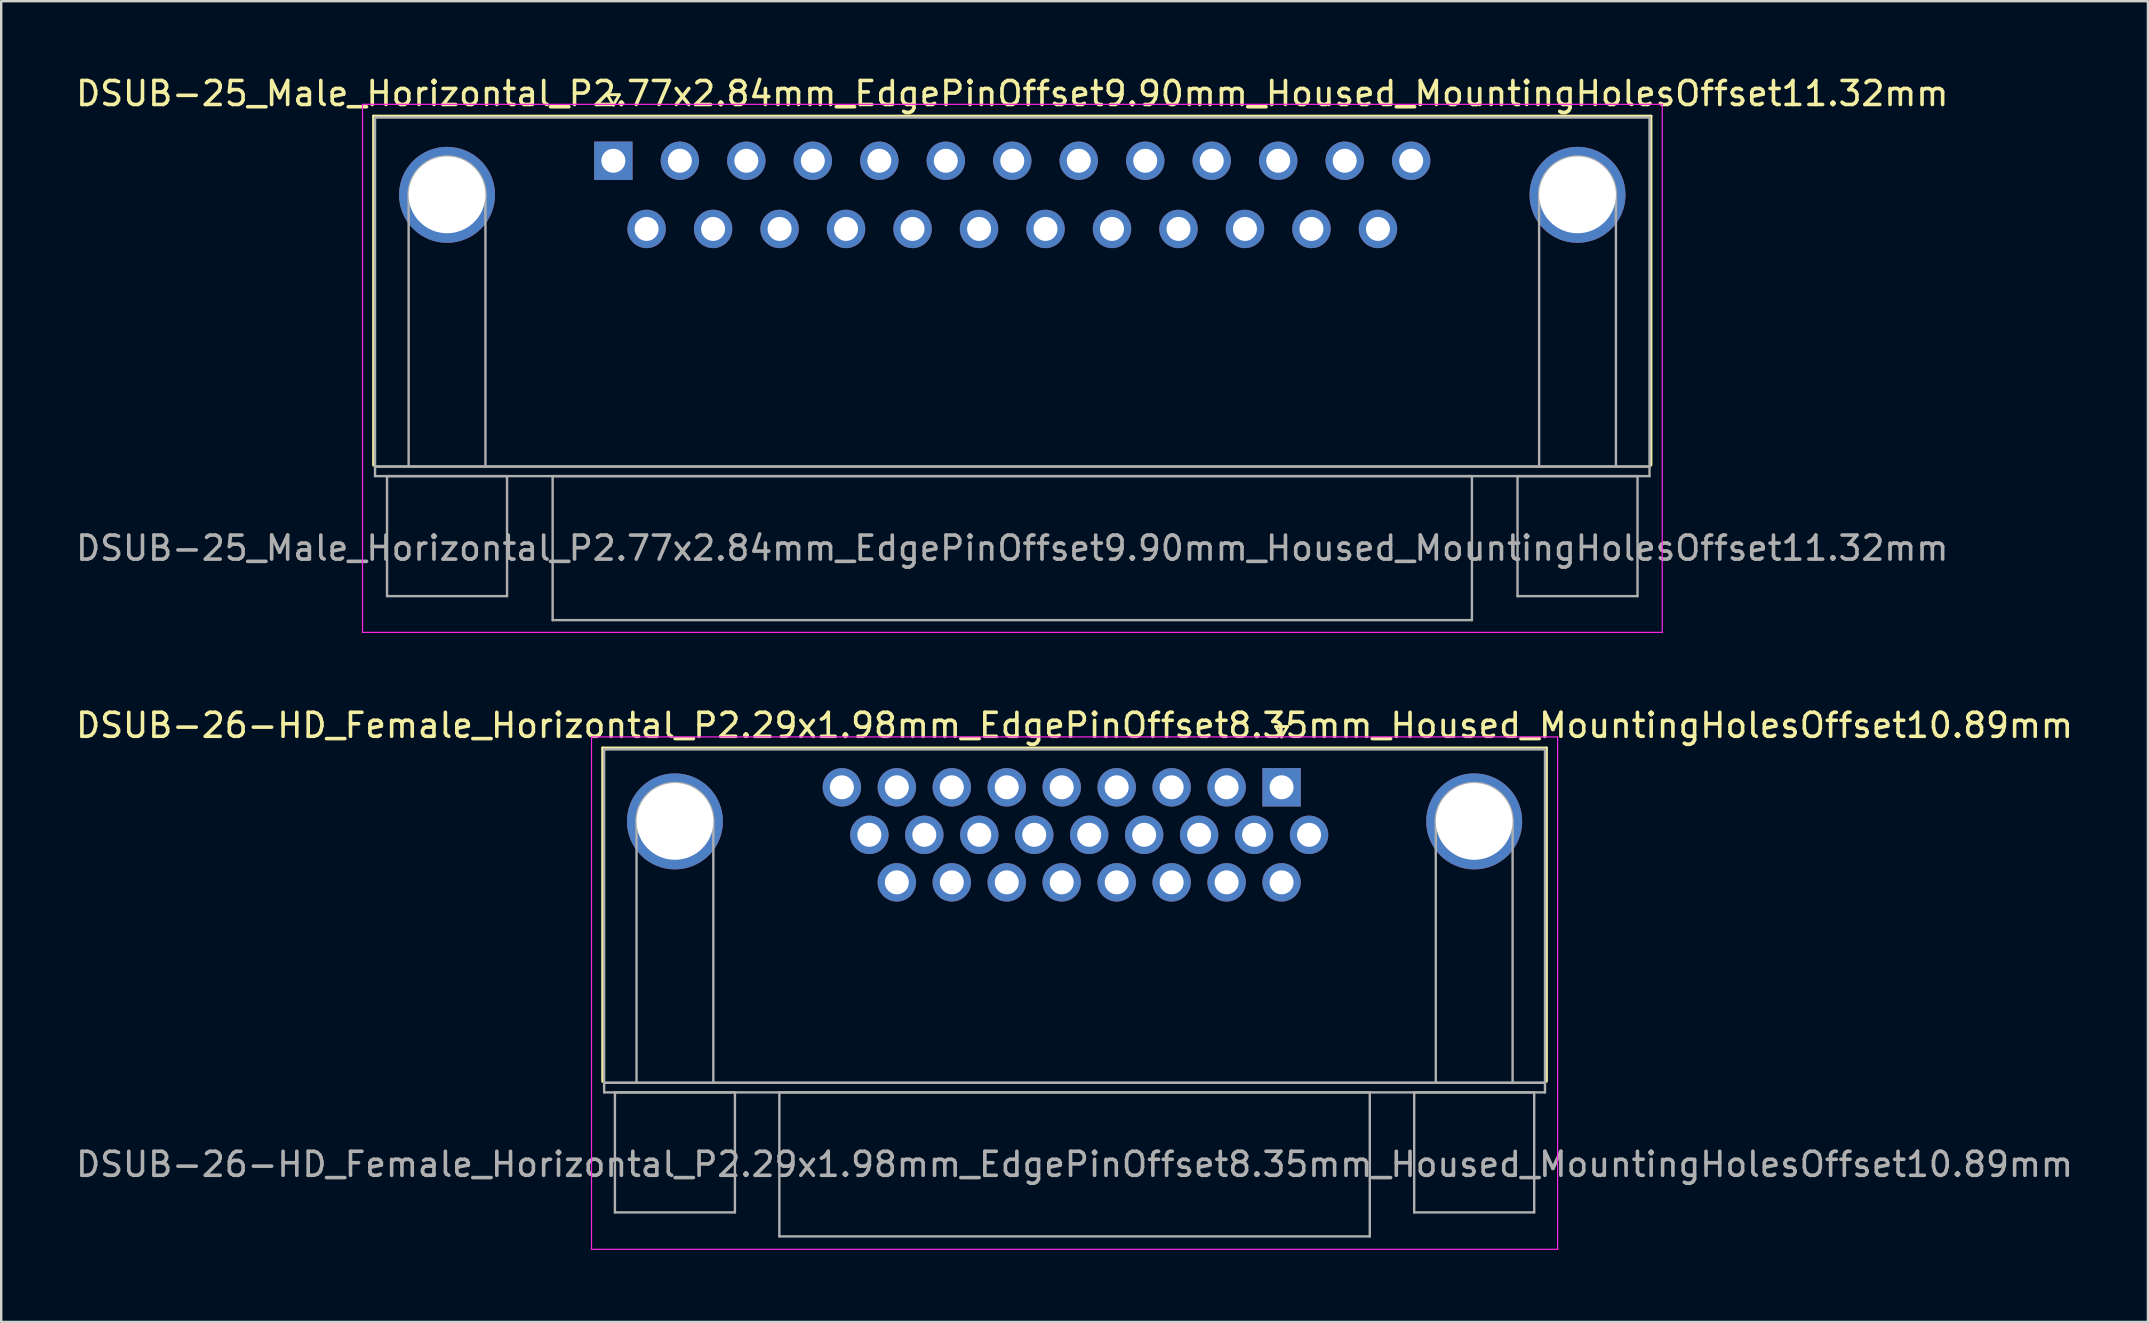
<source format=kicad_pcb>
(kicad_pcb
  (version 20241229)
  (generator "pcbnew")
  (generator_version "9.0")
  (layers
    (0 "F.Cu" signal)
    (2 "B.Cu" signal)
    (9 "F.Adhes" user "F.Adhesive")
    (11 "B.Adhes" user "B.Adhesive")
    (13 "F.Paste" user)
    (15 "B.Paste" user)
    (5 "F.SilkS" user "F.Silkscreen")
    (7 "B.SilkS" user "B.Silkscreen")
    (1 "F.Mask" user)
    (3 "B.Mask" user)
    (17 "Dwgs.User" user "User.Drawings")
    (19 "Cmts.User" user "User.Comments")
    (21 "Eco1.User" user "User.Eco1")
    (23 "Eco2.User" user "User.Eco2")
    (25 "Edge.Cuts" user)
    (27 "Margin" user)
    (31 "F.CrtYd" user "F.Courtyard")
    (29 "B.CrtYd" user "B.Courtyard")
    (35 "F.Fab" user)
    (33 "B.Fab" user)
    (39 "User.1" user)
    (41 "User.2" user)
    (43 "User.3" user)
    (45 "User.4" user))
  (footprint "DSUB-25_Male_Horizontal_P2.77x2.84mm_EdgePinOffset9.90mm_Housed_MountingHolesOffset11.32mm"
    (layer "F.Cu")
    (at 22.505 3.648)
    (property "Reference" "DSUB-25_Male_Horizontal_P2.77x2.84mm_EdgePinOffset9.90mm_Housed_MountingHolesOffset11.32mm" (at 16.62 -2.8 0) (layer "F.SilkS") (effects (font (size 1 1) (thickness 0.15))))
    (attr through_hole)
    (fp_line (start -9.99 -1.86) (end 43.23 -1.86) (stroke (width 0.12) (type solid)) (layer "F.SilkS"))
    (fp_line (start -9.99 12.68) (end -9.99 -1.86) (stroke (width 0.12) (type solid)) (layer "F.SilkS"))
    (fp_line (start -0.25 -2.754) (end 0.25 -2.754) (stroke (width 0.12) (type solid)) (layer "F.SilkS"))
    (fp_line (start 0 -2.321) (end -0.25 -2.754) (stroke (width 0.12) (type solid)) (layer "F.SilkS"))
    (fp_line (start 0.25 -2.754) (end 0 -2.321) (stroke (width 0.12) (type solid)) (layer "F.SilkS"))
    (fp_line (start 43.23 -1.86) (end 43.23 12.68) (stroke (width 0.12) (type solid)) (layer "F.SilkS"))
    (fp_line (start -10.45 -2.35) (end -10.45 19.65) (stroke (width 0.05) (type solid)) (layer "F.CrtYd"))
    (fp_line (start -10.45 19.65) (end 43.7 19.65) (stroke (width 0.05) (type solid)) (layer "F.CrtYd"))
    (fp_line (start 43.7 -2.35) (end -10.45 -2.35) (stroke (width 0.05) (type solid)) (layer "F.CrtYd"))
    (fp_line (start 43.7 19.65) (end 43.7 -2.35) (stroke (width 0.05) (type solid)) (layer "F.CrtYd"))
    (fp_line (start -9.93 -1.8) (end -9.93 12.74) (stroke (width 0.1) (type solid)) (layer "F.Fab"))
    (fp_line (start -9.93 12.74) (end -9.93 13.14) (stroke (width 0.1) (type solid)) (layer "F.Fab"))
    (fp_line (start -9.93 12.74) (end 43.17 12.74) (stroke (width 0.1) (type solid)) (layer "F.Fab"))
    (fp_line (start -9.93 13.14) (end 43.17 13.14) (stroke (width 0.1) (type solid)) (layer "F.Fab"))
    (fp_line (start -9.43 13.14) (end -9.43 18.14) (stroke (width 0.1) (type solid)) (layer "F.Fab"))
    (fp_line (start -9.43 18.14) (end -4.43 18.14) (stroke (width 0.1) (type solid)) (layer "F.Fab"))
    (fp_line (start -8.53 12.74) (end -8.53 1.42) (stroke (width 0.1) (type solid)) (layer "F.Fab"))
    (fp_line (start -5.33 12.74) (end -5.33 1.42) (stroke (width 0.1) (type solid)) (layer "F.Fab"))
    (fp_line (start -4.43 13.14) (end -9.43 13.14) (stroke (width 0.1) (type solid)) (layer "F.Fab"))
    (fp_line (start -4.43 18.14) (end -4.43 13.14) (stroke (width 0.1) (type solid)) (layer "F.Fab"))
    (fp_line (start -2.53 13.14) (end -2.53 19.14) (stroke (width 0.1) (type solid)) (layer "F.Fab"))
    (fp_line (start -2.53 19.14) (end 35.77 19.14) (stroke (width 0.1) (type solid)) (layer "F.Fab"))
    (fp_line (start 35.77 13.14) (end -2.53 13.14) (stroke (width 0.1) (type solid)) (layer "F.Fab"))
    (fp_line (start 35.77 19.14) (end 35.77 13.14) (stroke (width 0.1) (type solid)) (layer "F.Fab"))
    (fp_line (start 37.67 13.14) (end 37.67 18.14) (stroke (width 0.1) (type solid)) (layer "F.Fab"))
    (fp_line (start 37.67 18.14) (end 42.67 18.14) (stroke (width 0.1) (type solid)) (layer "F.Fab"))
    (fp_line (start 38.57 12.74) (end 38.57 1.42) (stroke (width 0.1) (type solid)) (layer "F.Fab"))
    (fp_line (start 41.77 12.74) (end 41.77 1.42) (stroke (width 0.1) (type solid)) (layer "F.Fab"))
    (fp_line (start 42.67 13.14) (end 37.67 13.14) (stroke (width 0.1) (type solid)) (layer "F.Fab"))
    (fp_line (start 42.67 18.14) (end 42.67 13.14) (stroke (width 0.1) (type solid)) (layer "F.Fab"))
    (fp_line (start 43.17 -1.8) (end -9.93 -1.8) (stroke (width 0.1) (type solid)) (layer "F.Fab"))
    (fp_line (start 43.17 12.74) (end -9.93 12.74) (stroke (width 0.1) (type solid)) (layer "F.Fab"))
    (fp_line (start 43.17 12.74) (end 43.17 -1.8) (stroke (width 0.1) (type solid)) (layer "F.Fab"))
    (fp_line (start 43.17 13.14) (end 43.17 12.74) (stroke (width 0.1) (type solid)) (layer "F.Fab"))
    (fp_arc (start -8.53 1.42) (mid -6.93 -0.18) (end -5.33 1.42) (stroke (width 0.1) (type solid)) (layer "F.Fab"))
    (fp_arc (start 38.57 1.42) (mid 40.17 -0.18) (end 41.77 1.42) (stroke (width 0.1) (type solid)) (layer "F.Fab"))
    (fp_text user "${REFERENCE}" (at 16.62 16.14 0) (layer "F.Fab") (effects (font (size 1 1) (thickness 0.15))))
    (pad "0" thru_hole circle (at -6.93 1.42) (size 4 4) (drill 3.2) (layers "*.Cu" "*.Mask"))
    (pad "0" thru_hole circle (at 40.17 1.42) (size 4 4) (drill 3.2) (layers "*.Cu" "*.Mask"))
    (pad "1" thru_hole rect (at 0 0) (size 1.6 1.6) (drill 1) (layers "*.Cu" "*.Mask"))
    (pad "2" thru_hole circle (at 2.77 0) (size 1.6 1.6) (drill 1) (layers "*.Cu" "*.Mask"))
    (pad "3" thru_hole circle (at 5.54 0) (size 1.6 1.6) (drill 1) (layers "*.Cu" "*.Mask"))
    (pad "4" thru_hole circle (at 8.31 0) (size 1.6 1.6) (drill 1) (layers "*.Cu" "*.Mask"))
    (pad "5" thru_hole circle (at 11.08 0) (size 1.6 1.6) (drill 1) (layers "*.Cu" "*.Mask"))
    (pad "6" thru_hole circle (at 13.85 0) (size 1.6 1.6) (drill 1) (layers "*.Cu" "*.Mask"))
    (pad "7" thru_hole circle (at 16.62 0) (size 1.6 1.6) (drill 1) (layers "*.Cu" "*.Mask"))
    (pad "8" thru_hole circle (at 19.39 0) (size 1.6 1.6) (drill 1) (layers "*.Cu" "*.Mask"))
    (pad "9" thru_hole circle (at 22.16 0) (size 1.6 1.6) (drill 1) (layers "*.Cu" "*.Mask"))
    (pad "10" thru_hole circle (at 24.93 0) (size 1.6 1.6) (drill 1) (layers "*.Cu" "*.Mask"))
    (pad "11" thru_hole circle (at 27.7 0) (size 1.6 1.6) (drill 1) (layers "*.Cu" "*.Mask"))
    (pad "12" thru_hole circle (at 30.47 0) (size 1.6 1.6) (drill 1) (layers "*.Cu" "*.Mask"))
    (pad "13" thru_hole circle (at 33.24 0) (size 1.6 1.6) (drill 1) (layers "*.Cu" "*.Mask"))
    (pad "14" thru_hole circle (at 1.385 2.84) (size 1.6 1.6) (drill 1) (layers "*.Cu" "*.Mask"))
    (pad "15" thru_hole circle (at 4.155 2.84) (size 1.6 1.6) (drill 1) (layers "*.Cu" "*.Mask"))
    (pad "16" thru_hole circle (at 6.925 2.84) (size 1.6 1.6) (drill 1) (layers "*.Cu" "*.Mask"))
    (pad "17" thru_hole circle (at 9.695 2.84) (size 1.6 1.6) (drill 1) (layers "*.Cu" "*.Mask"))
    (pad "18" thru_hole circle (at 12.465 2.84) (size 1.6 1.6) (drill 1) (layers "*.Cu" "*.Mask"))
    (pad "19" thru_hole circle (at 15.235 2.84) (size 1.6 1.6) (drill 1) (layers "*.Cu" "*.Mask"))
    (pad "20" thru_hole circle (at 18.005 2.84) (size 1.6 1.6) (drill 1) (layers "*.Cu" "*.Mask"))
    (pad "21" thru_hole circle (at 20.775 2.84) (size 1.6 1.6) (drill 1) (layers "*.Cu" "*.Mask"))
    (pad "22" thru_hole circle (at 23.545 2.84) (size 1.6 1.6) (drill 1) (layers "*.Cu" "*.Mask"))
    (pad "23" thru_hole circle (at 26.315 2.84) (size 1.6 1.6) (drill 1) (layers "*.Cu" "*.Mask"))
    (pad "24" thru_hole circle (at 29.085 2.84) (size 1.6 1.6) (drill 1) (layers "*.Cu" "*.Mask"))
    (pad "25" thru_hole circle (at 31.855 2.84) (size 1.6 1.6) (drill 1) (layers "*.Cu" "*.Mask")))
  (footprint "DSUB-26-HD_Female_Horizontal_P2.29x1.98mm_EdgePinOffset8.35mm_Housed_MountingHolesOffset10.89mm"
    (layer "F.Cu")
    (at 50.345 29.752)
    (property "Reference" "DSUB-26-HD_Female_Horizontal_P2.29x1.98mm_EdgePinOffset8.35mm_Housed_MountingHolesOffset10.89mm" (at -8.625 -2.58 0) (layer "F.SilkS") (effects (font (size 1 1) (thickness 0.15))))
    (attr through_hole)
    (fp_line (start -28.285 -1.64) (end 11.035 -1.64) (stroke (width 0.12) (type solid)) (layer "F.SilkS"))
    (fp_line (start -28.285 12.25) (end -28.285 -1.64) (stroke (width 0.12) (type solid)) (layer "F.SilkS"))
    (fp_line (start -0.25 -2.534) (end 0.25 -2.534) (stroke (width 0.12) (type solid)) (layer "F.SilkS"))
    (fp_line (start 0 -2.101) (end -0.25 -2.534) (stroke (width 0.12) (type solid)) (layer "F.SilkS"))
    (fp_line (start 0.25 -2.534) (end 0 -2.101) (stroke (width 0.12) (type solid)) (layer "F.SilkS"))
    (fp_line (start 11.035 -1.64) (end 11.035 12.25) (stroke (width 0.12) (type solid)) (layer "F.SilkS"))
    (fp_line (start -28.75 -2.1) (end -28.75 19.25) (stroke (width 0.05) (type solid)) (layer "F.CrtYd"))
    (fp_line (start -28.75 19.25) (end 11.5 19.25) (stroke (width 0.05) (type solid)) (layer "F.CrtYd"))
    (fp_line (start 11.5 -2.1) (end -28.75 -2.1) (stroke (width 0.05) (type solid)) (layer "F.CrtYd"))
    (fp_line (start 11.5 19.25) (end 11.5 -2.1) (stroke (width 0.05) (type solid)) (layer "F.CrtYd"))
    (fp_line (start -28.225 -1.58) (end -28.225 12.31) (stroke (width 0.1) (type solid)) (layer "F.Fab"))
    (fp_line (start -28.225 12.31) (end -28.225 12.71) (stroke (width 0.1) (type solid)) (layer "F.Fab"))
    (fp_line (start -28.225 12.31) (end 10.975 12.31) (stroke (width 0.1) (type solid)) (layer "F.Fab"))
    (fp_line (start -28.225 12.71) (end 10.975 12.71) (stroke (width 0.1) (type solid)) (layer "F.Fab"))
    (fp_line (start -27.775 12.71) (end -27.775 17.71) (stroke (width 0.1) (type solid)) (layer "F.Fab"))
    (fp_line (start -27.775 17.71) (end -22.775 17.71) (stroke (width 0.1) (type solid)) (layer "F.Fab"))
    (fp_line (start -26.875 12.31) (end -26.875 1.42) (stroke (width 0.1) (type solid)) (layer "F.Fab"))
    (fp_line (start -23.675 12.31) (end -23.675 1.42) (stroke (width 0.1) (type solid)) (layer "F.Fab"))
    (fp_line (start -22.775 12.71) (end -27.775 12.71) (stroke (width 0.1) (type solid)) (layer "F.Fab"))
    (fp_line (start -22.775 17.71) (end -22.775 12.71) (stroke (width 0.1) (type solid)) (layer "F.Fab"))
    (fp_line (start -20.925 12.71) (end -20.925 18.71) (stroke (width 0.1) (type solid)) (layer "F.Fab"))
    (fp_line (start -20.925 18.71) (end 3.675 18.71) (stroke (width 0.1) (type solid)) (layer "F.Fab"))
    (fp_line (start 3.675 12.71) (end -20.925 12.71) (stroke (width 0.1) (type solid)) (layer "F.Fab"))
    (fp_line (start 3.675 18.71) (end 3.675 12.71) (stroke (width 0.1) (type solid)) (layer "F.Fab"))
    (fp_line (start 5.525 12.71) (end 5.525 17.71) (stroke (width 0.1) (type solid)) (layer "F.Fab"))
    (fp_line (start 5.525 17.71) (end 10.525 17.71) (stroke (width 0.1) (type solid)) (layer "F.Fab"))
    (fp_line (start 6.425 12.31) (end 6.425 1.42) (stroke (width 0.1) (type solid)) (layer "F.Fab"))
    (fp_line (start 9.625 12.31) (end 9.625 1.42) (stroke (width 0.1) (type solid)) (layer "F.Fab"))
    (fp_line (start 10.525 12.71) (end 5.525 12.71) (stroke (width 0.1) (type solid)) (layer "F.Fab"))
    (fp_line (start 10.525 17.71) (end 10.525 12.71) (stroke (width 0.1) (type solid)) (layer "F.Fab"))
    (fp_line (start 10.975 -1.58) (end -28.225 -1.58) (stroke (width 0.1) (type solid)) (layer "F.Fab"))
    (fp_line (start 10.975 12.31) (end -28.225 12.31) (stroke (width 0.1) (type solid)) (layer "F.Fab"))
    (fp_line (start 10.975 12.31) (end 10.975 -1.58) (stroke (width 0.1) (type solid)) (layer "F.Fab"))
    (fp_line (start 10.975 12.71) (end 10.975 12.31) (stroke (width 0.1) (type solid)) (layer "F.Fab"))
    (fp_arc (start -26.875 1.42) (mid -25.275 -0.18) (end -23.675 1.42) (stroke (width 0.1) (type solid)) (layer "F.Fab"))
    (fp_arc (start 6.425 1.42) (mid 8.025 -0.18) (end 9.625 1.42) (stroke (width 0.1) (type solid)) (layer "F.Fab"))
    (fp_text user "${REFERENCE}" (at -8.625 15.71 0) (layer "F.Fab") (effects (font (size 1 1) (thickness 0.15))))
    (pad "0" thru_hole circle (at -25.275 1.42) (size 4 4) (drill 3.2) (layers "*.Cu" "*.Mask"))
    (pad "0" thru_hole circle (at 8.025 1.42) (size 4 4) (drill 3.2) (layers "*.Cu" "*.Mask"))
    (pad "1" thru_hole rect (at 0 0) (size 1.6 1.6) (drill 1) (layers "*.Cu" "*.Mask"))
    (pad "2" thru_hole circle (at -2.29 0) (size 1.6 1.6) (drill 1) (layers "*.Cu" "*.Mask"))
    (pad "3" thru_hole circle (at -4.58 0) (size 1.6 1.6) (drill 1) (layers "*.Cu" "*.Mask"))
    (pad "4" thru_hole circle (at -6.87 0) (size 1.6 1.6) (drill 1) (layers "*.Cu" "*.Mask"))
    (pad "5" thru_hole circle (at -9.16 0) (size 1.6 1.6) (drill 1) (layers "*.Cu" "*.Mask"))
    (pad "6" thru_hole circle (at -11.45 0) (size 1.6 1.6) (drill 1) (layers "*.Cu" "*.Mask"))
    (pad "7" thru_hole circle (at -13.74 0) (size 1.6 1.6) (drill 1) (layers "*.Cu" "*.Mask"))
    (pad "8" thru_hole circle (at -16.03 0) (size 1.6 1.6) (drill 1) (layers "*.Cu" "*.Mask"))
    (pad "9" thru_hole circle (at -18.32 0) (size 1.6 1.6) (drill 1) (layers "*.Cu" "*.Mask"))
    (pad "10" thru_hole circle (at 1.145 1.98) (size 1.6 1.6) (drill 1) (layers "*.Cu" "*.Mask"))
    (pad "11" thru_hole circle (at -1.145 1.98) (size 1.6 1.6) (drill 1) (layers "*.Cu" "*.Mask"))
    (pad "12" thru_hole circle (at -3.435 1.98) (size 1.6 1.6) (drill 1) (layers "*.Cu" "*.Mask"))
    (pad "13" thru_hole circle (at -5.725 1.98) (size 1.6 1.6) (drill 1) (layers "*.Cu" "*.Mask"))
    (pad "14" thru_hole circle (at -8.015 1.98) (size 1.6 1.6) (drill 1) (layers "*.Cu" "*.Mask"))
    (pad "15" thru_hole circle (at -10.305 1.98) (size 1.6 1.6) (drill 1) (layers "*.Cu" "*.Mask"))
    (pad "16" thru_hole circle (at -12.595 1.98) (size 1.6 1.6) (drill 1) (layers "*.Cu" "*.Mask"))
    (pad "17" thru_hole circle (at -14.885 1.98) (size 1.6 1.6) (drill 1) (layers "*.Cu" "*.Mask"))
    (pad "18" thru_hole circle (at -17.175 1.98) (size 1.6 1.6) (drill 1) (layers "*.Cu" "*.Mask"))
    (pad "19" thru_hole circle (at 0 3.96) (size 1.6 1.6) (drill 1) (layers "*.Cu" "*.Mask"))
    (pad "20" thru_hole circle (at -2.29 3.96) (size 1.6 1.6) (drill 1) (layers "*.Cu" "*.Mask"))
    (pad "21" thru_hole circle (at -4.58 3.96) (size 1.6 1.6) (drill 1) (layers "*.Cu" "*.Mask"))
    (pad "22" thru_hole circle (at -6.87 3.96) (size 1.6 1.6) (drill 1) (layers "*.Cu" "*.Mask"))
    (pad "23" thru_hole circle (at -9.16 3.96) (size 1.6 1.6) (drill 1) (layers "*.Cu" "*.Mask"))
    (pad "24" thru_hole circle (at -11.45 3.96) (size 1.6 1.6) (drill 1) (layers "*.Cu" "*.Mask"))
    (pad "25" thru_hole circle (at -13.74 3.96) (size 1.6 1.6) (drill 1) (layers "*.Cu" "*.Mask"))
    (pad "26" thru_hole circle (at -16.03 3.96) (size 1.6 1.6) (drill 1) (layers "*.Cu" "*.Mask")))
  (gr_rect
    (start -3 -3)
    (end 86.44 52.026)
    (stroke (width 0.1) (type default))
    (fill no)
    (layer "Edge.Cuts")))
</source>
